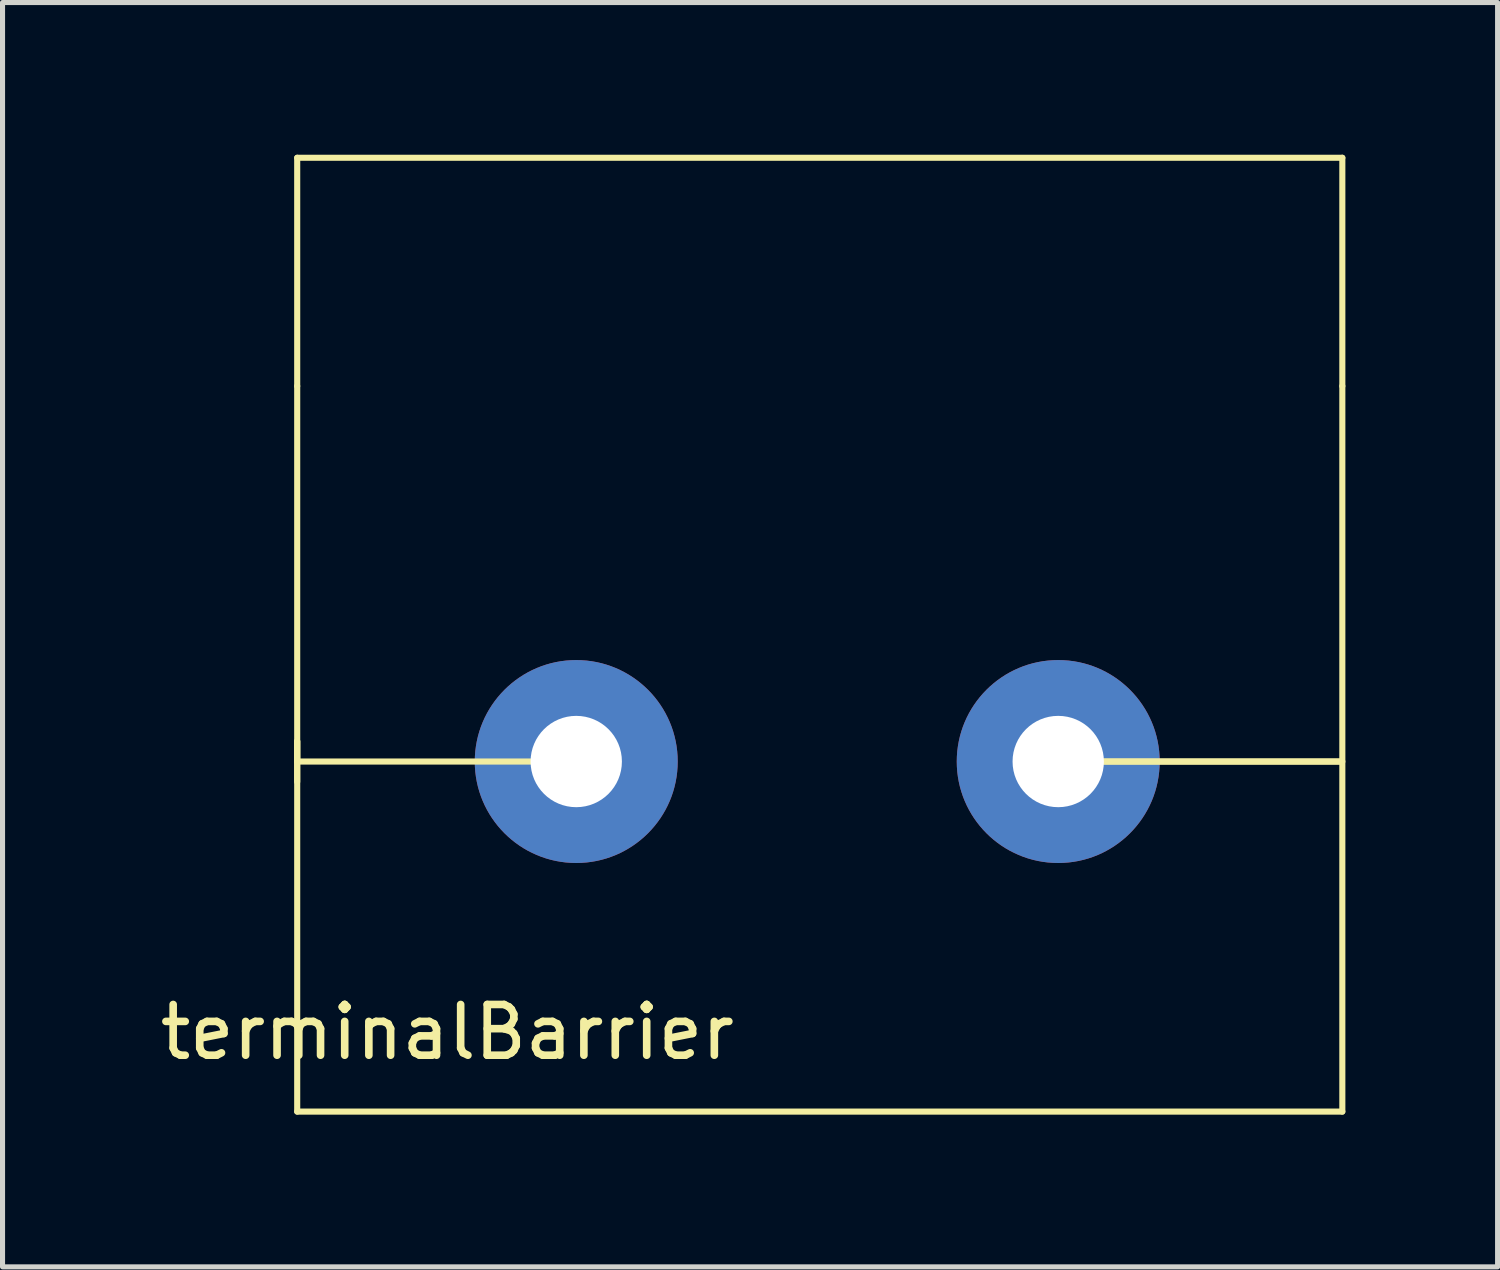
<source format=kicad_pcb>
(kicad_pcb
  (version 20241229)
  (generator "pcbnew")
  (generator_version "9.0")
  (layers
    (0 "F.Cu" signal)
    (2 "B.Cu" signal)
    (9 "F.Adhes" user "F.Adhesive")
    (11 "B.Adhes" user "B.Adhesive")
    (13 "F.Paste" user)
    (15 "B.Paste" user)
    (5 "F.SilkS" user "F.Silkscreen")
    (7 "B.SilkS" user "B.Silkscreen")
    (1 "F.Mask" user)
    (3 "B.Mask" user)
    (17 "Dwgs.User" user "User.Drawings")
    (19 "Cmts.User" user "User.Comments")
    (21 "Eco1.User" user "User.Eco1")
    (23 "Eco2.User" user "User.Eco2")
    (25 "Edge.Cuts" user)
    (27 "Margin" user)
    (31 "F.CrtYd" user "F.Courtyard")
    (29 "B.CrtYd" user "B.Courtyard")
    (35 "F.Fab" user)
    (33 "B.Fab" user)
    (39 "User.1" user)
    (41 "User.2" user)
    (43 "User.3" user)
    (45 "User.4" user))
  (footprint "terminalBarrier"
    (layer "F.Cu")
    (at 8.308 11.96)
    (property "Reference" "terminalBarrier" (at -2.54 5.334 0) (layer "F.SilkS") (effects (font (size 1 1) (thickness 0.15))))
    (attr through_hole)
    (fp_line (start -5.5 -11.9) (end 15.1 -11.9) (stroke (width 0.12) (type solid)) (layer "F.SilkS"))
    (fp_line (start -5.5 -7.4) (end -5.5 -11.9) (stroke (width 0.12) (type solid)) (layer "F.SilkS"))
    (fp_line (start -5.5 -0.4) (end -5.5 0.4) (stroke (width 0.12) (type solid)) (layer "F.SilkS"))
    (fp_line (start -5.5 0) (end -5.5 -7.4) (stroke (width 0.12) (type solid)) (layer "F.SilkS"))
    (fp_line (start -5.5 0) (end -5.5 -0.4) (stroke (width 0.12) (type solid)) (layer "F.SilkS"))
    (fp_line (start -5.5 0) (end -5.5 6.9) (stroke (width 0.12) (type solid)) (layer "F.SilkS"))
    (fp_line (start -5.5 6.9) (end 15.1 6.9) (stroke (width 0.12) (type solid)) (layer "F.SilkS"))
    (fp_line (start 0 0) (end -5.5 0) (stroke (width 0.12) (type solid)) (layer "F.SilkS"))
    (fp_line (start 9.55 0) (end 15.05 0) (stroke (width 0.12) (type solid)) (layer "F.SilkS"))
    (fp_line (start 15.05 0) (end 9.55 0) (stroke (width 0.12) (type solid)) (layer "F.SilkS"))
    (fp_line (start 15.1 -11.9) (end 15.1 -7.4) (stroke (width 0.12) (type solid)) (layer "F.SilkS"))
    (fp_line (start 15.1 -7.4) (end 15.1 0) (stroke (width 0.12) (type solid)) (layer "F.SilkS"))
    (fp_line (start 15.1 0) (end 15.1 6.9) (stroke (width 0.12) (type solid)) (layer "F.SilkS"))
    (pad "1" thru_hole circle (at 0 0) (size 4 4) (drill 1.8) (layers "*.Cu" "*.Mask"))
    (pad "2" thru_hole circle (at 9.5 0) (size 4 4) (drill 1.8) (layers "*.Cu" "*.Mask")))
  (gr_rect
    (start -3 -3)
    (end 26.468 21.92)
    (stroke (width 0.1) (type default))
    (fill no)
    (layer "Edge.Cuts")))
</source>
